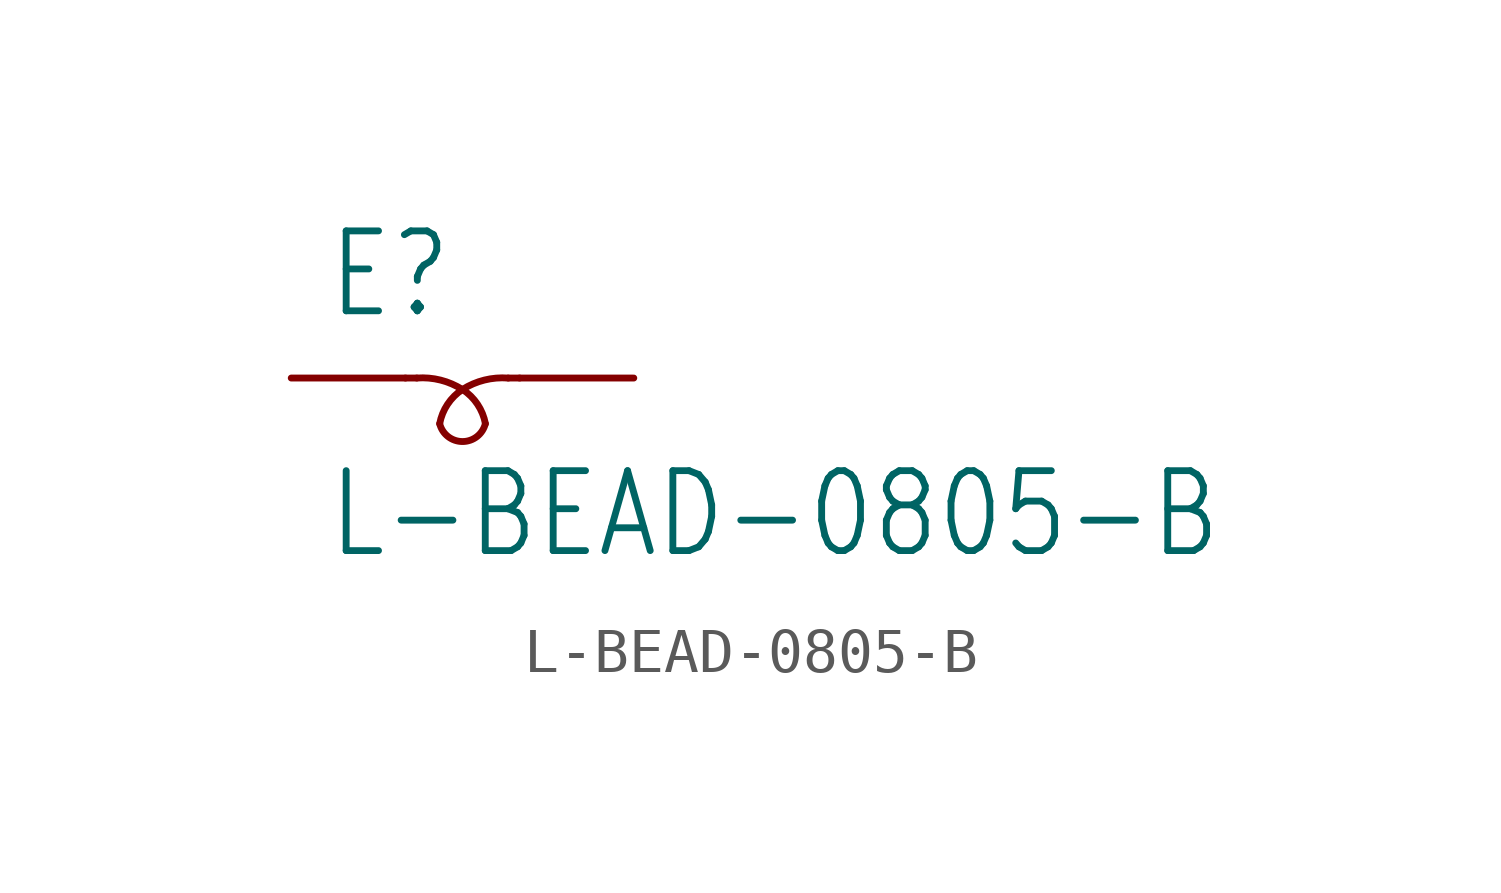
<source format=kicad_sym>
(kicad_symbol_lib
  (version 20211014)
  (generator kicad_symbol_editor)
  (symbol "L-BEAD-0805-B"
    (property "Reference" "E"
      (at -4.318 1.27 0)
      (effects (font (size 1.778 1.511)) (justify left bottom)))
    (property "Value" "L-BEAD-0805-B"
      (at -4.318 -4.064 0)
      (effects (font (size 1.778 1.511)) (justify left bottom)))
    (property "ki_locked" ""
      (at 0 0 0)
      (effects (font (size 1.27 1.27))))
    (symbol "L-BEAD-0805-B_1_0"
      (arc (start -1.778 -1.016) (mid -1.27 -1.6666) (end -0.762 -1.016) (stroke (width 0.1524) (type default) (color 0 0 0 0)) (fill (type none)))
      (arc (start -1.27 -0.254) (mid -1.7574 -0.0446) (end -2.286 0) (stroke (width 0.1524) (type default) (color 0 0 0 0)) (fill (type none)))
      (arc (start -1.27 -0.254) (mid -1.6022 -0.5829) (end -1.778 -1.016) (stroke (width 0.1524) (type default) (color 0 0 0 0)) (fill (type none)))
      (arc (start -0.762 -1.016) (mid -0.9378 -0.5828) (end -1.27 -0.254) (stroke (width 0.1524) (type default) (color 0 0 0 0)) (fill (type none)))
      (arc (start -0.254 0) (mid -0.7826 -0.0446) (end -1.27 -0.254) (stroke (width 0.1524) (type default) (color 0 0 0 0)) (fill (type none)))
      (polyline (pts (xy -2.54 0) (xy -2.286 0)) (stroke (width 0.152) (type default) (color 0 0 0 0)) (fill (type none)))
      (polyline (pts (xy -0.254 0) (xy 0 0)) (stroke (width 0.152) (type default) (color 0 0 0 0)) (fill (type none)))
      (pin passive line (at -5.08 0 0) (length 2.54) (name "1" (effects (font (size 0 0)))) (number "1" (effects (font (size 0 0)))))
      (pin passive line (at 2.54 0 180) (length 2.54) (name "2" (effects (font (size 0 0)))) (number "2" (effects (font (size 0 0))))))))
</source>
